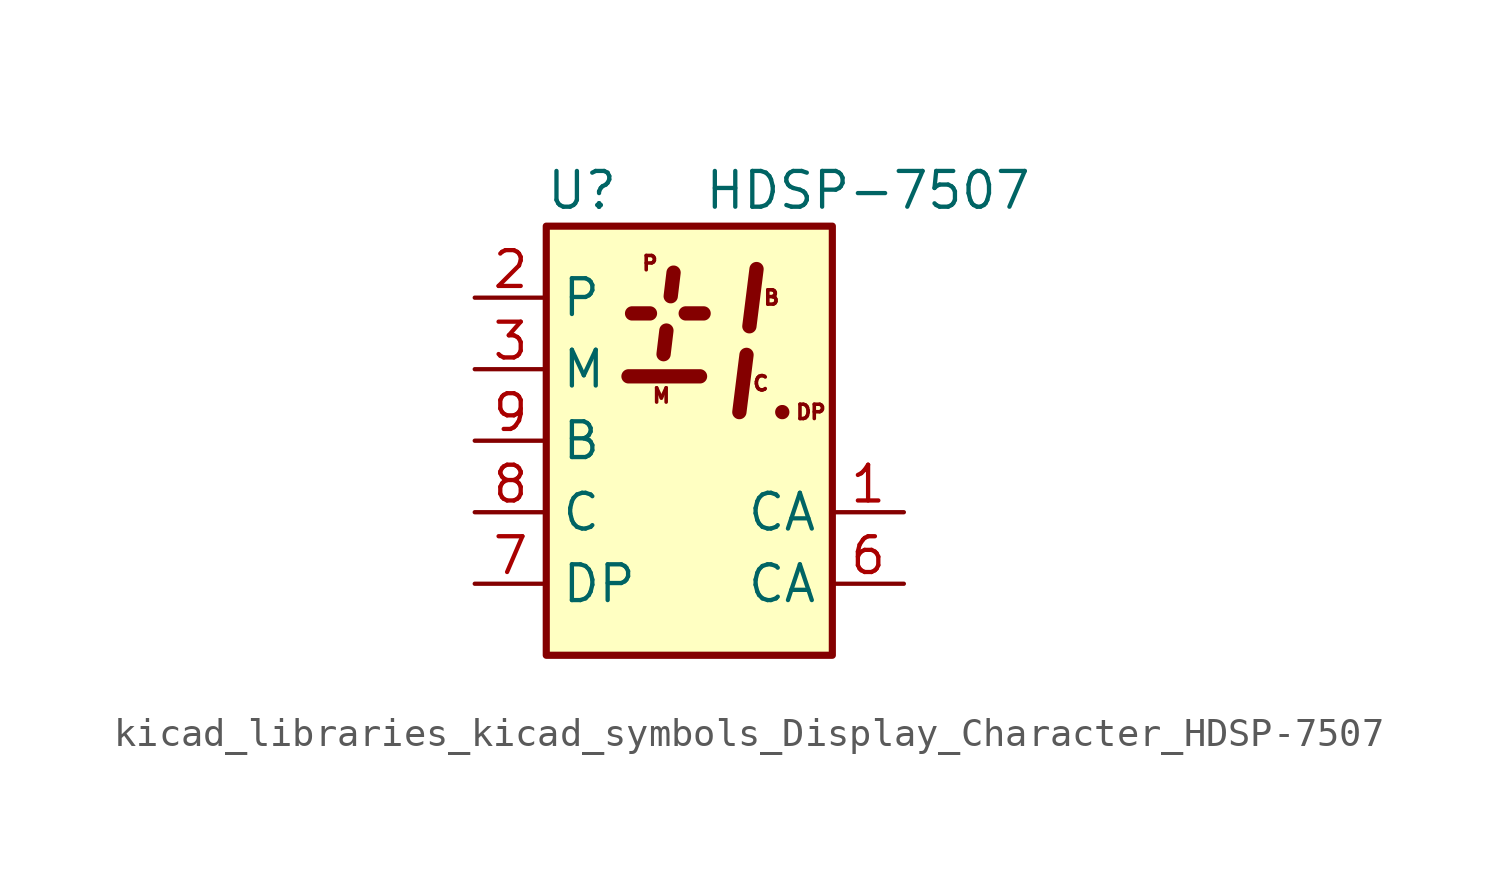
<source format=kicad_sym>
(kicad_symbol_lib
  (version 20220914)
  (generator kicad_symbol_editor)
  (symbol "kicad_libraries_kicad_symbols_Display_Character_HDSP-7507"
    (property "Reference" "U"
      (at -3.81 8.89 0)
      (effects (font (size 1.27 1.27))))
    (property "Value" "HDSP-7507"
      (at 6.35 8.89 0)
      (effects (font (size 1.27 1.27))))
    (symbol "kicad_libraries_kicad_symbols_Display_Character_HDSP-7507_0_1"
      (polyline (pts (xy -2.159 2.286) (xy 0.381 2.286)) (stroke (width 0.508) (type default)) (fill (type none))))
    (symbol "kicad_libraries_kicad_symbols_Display_Character_HDSP-7507_1_0"
      (text "B" (at 2.921 5.08 0) (effects (font (size 0.508 0.508))))
      (text "C" (at 2.54 2.032 0) (effects (font (size 0.508 0.508))))
      (text "DP" (at 4.318 1.016 0) (effects (font (size 0.508 0.508))))
      (text "M" (at -0.991 1.6 0) (effects (font (size 0.508 0.508))))
      (text "P" (at -1.397 6.299 0) (effects (font (size 0.508 0.508)))))
    (symbol "kicad_libraries_kicad_symbols_Display_Character_HDSP-7507_1_1"
      (rectangle (start -5.08 7.62) (end 5.08 -7.62) (stroke (width 0.254) (type default)) (fill (type background)))
      (polyline (pts (xy -2.032 4.521) (xy -1.397 4.521)) (stroke (width 0.508) (type default)) (fill (type none)))
      (polyline (pts (xy -0.914 3.073) (xy -0.813 3.912)) (stroke (width 0.508) (type default)) (fill (type none)))
      (polyline (pts (xy -0.559 5.969) (xy -0.66 5.131)) (stroke (width 0.508) (type default)) (fill (type none)))
      (polyline (pts (xy -0.127 4.521) (xy 0.508 4.521)) (stroke (width 0.508) (type default)) (fill (type none)))
      (polyline (pts (xy 2.032 3.048) (xy 1.778 1.016)) (stroke (width 0.508) (type default)) (fill (type none)))
      (polyline (pts (xy 2.388 6.096) (xy 2.134 4.064)) (stroke (width 0.508) (type default)) (fill (type none)))
      (polyline (pts (xy 3.302 1.016) (xy 3.302 1.016)) (stroke (width 0.508) (type default)) (fill (type none)))
      (pin input line (at 7.62 -2.54 180) (length 2.54) (name "CA" (effects (font (size 1.27 1.27)))) (number "1" (effects (font (size 1.27 1.27)))))
      (pin no_connect line (at 0 -7.62 90) (length 2.54) hide (name "NC" (effects (font (size 1.27 1.27)))) (number "10" (effects (font (size 1.27 1.27)))))
      (pin input line (at -7.62 5.08 0) (length 2.54) (name "P" (effects (font (size 1.27 1.27)))) (number "2" (effects (font (size 1.27 1.27)))))
      (pin input line (at -7.62 2.54 0) (length 2.54) (name "M" (effects (font (size 1.27 1.27)))) (number "3" (effects (font (size 1.27 1.27)))))
      (pin no_connect line (at 5.08 5.08 180) (length 2.54) hide (name "NC" (effects (font (size 1.27 1.27)))) (number "4" (effects (font (size 1.27 1.27)))))
      (pin no_connect line (at 5.08 2.54 180) (length 2.54) hide (name "NC" (effects (font (size 1.27 1.27)))) (number "5" (effects (font (size 1.27 1.27)))))
      (pin input line (at 7.62 -5.08 180) (length 2.54) (name "CA" (effects (font (size 1.27 1.27)))) (number "6" (effects (font (size 1.27 1.27)))))
      (pin input line (at -7.62 -5.08 0) (length 2.54) (name "DP" (effects (font (size 1.27 1.27)))) (number "7" (effects (font (size 1.27 1.27)))))
      (pin input line (at -7.62 -2.54 0) (length 2.54) (name "C" (effects (font (size 1.27 1.27)))) (number "8" (effects (font (size 1.27 1.27)))))
      (pin input line (at -7.62 0 0) (length 2.54) (name "B" (effects (font (size 1.27 1.27)))) (number "9" (effects (font (size 1.27 1.27))))))))
</source>
